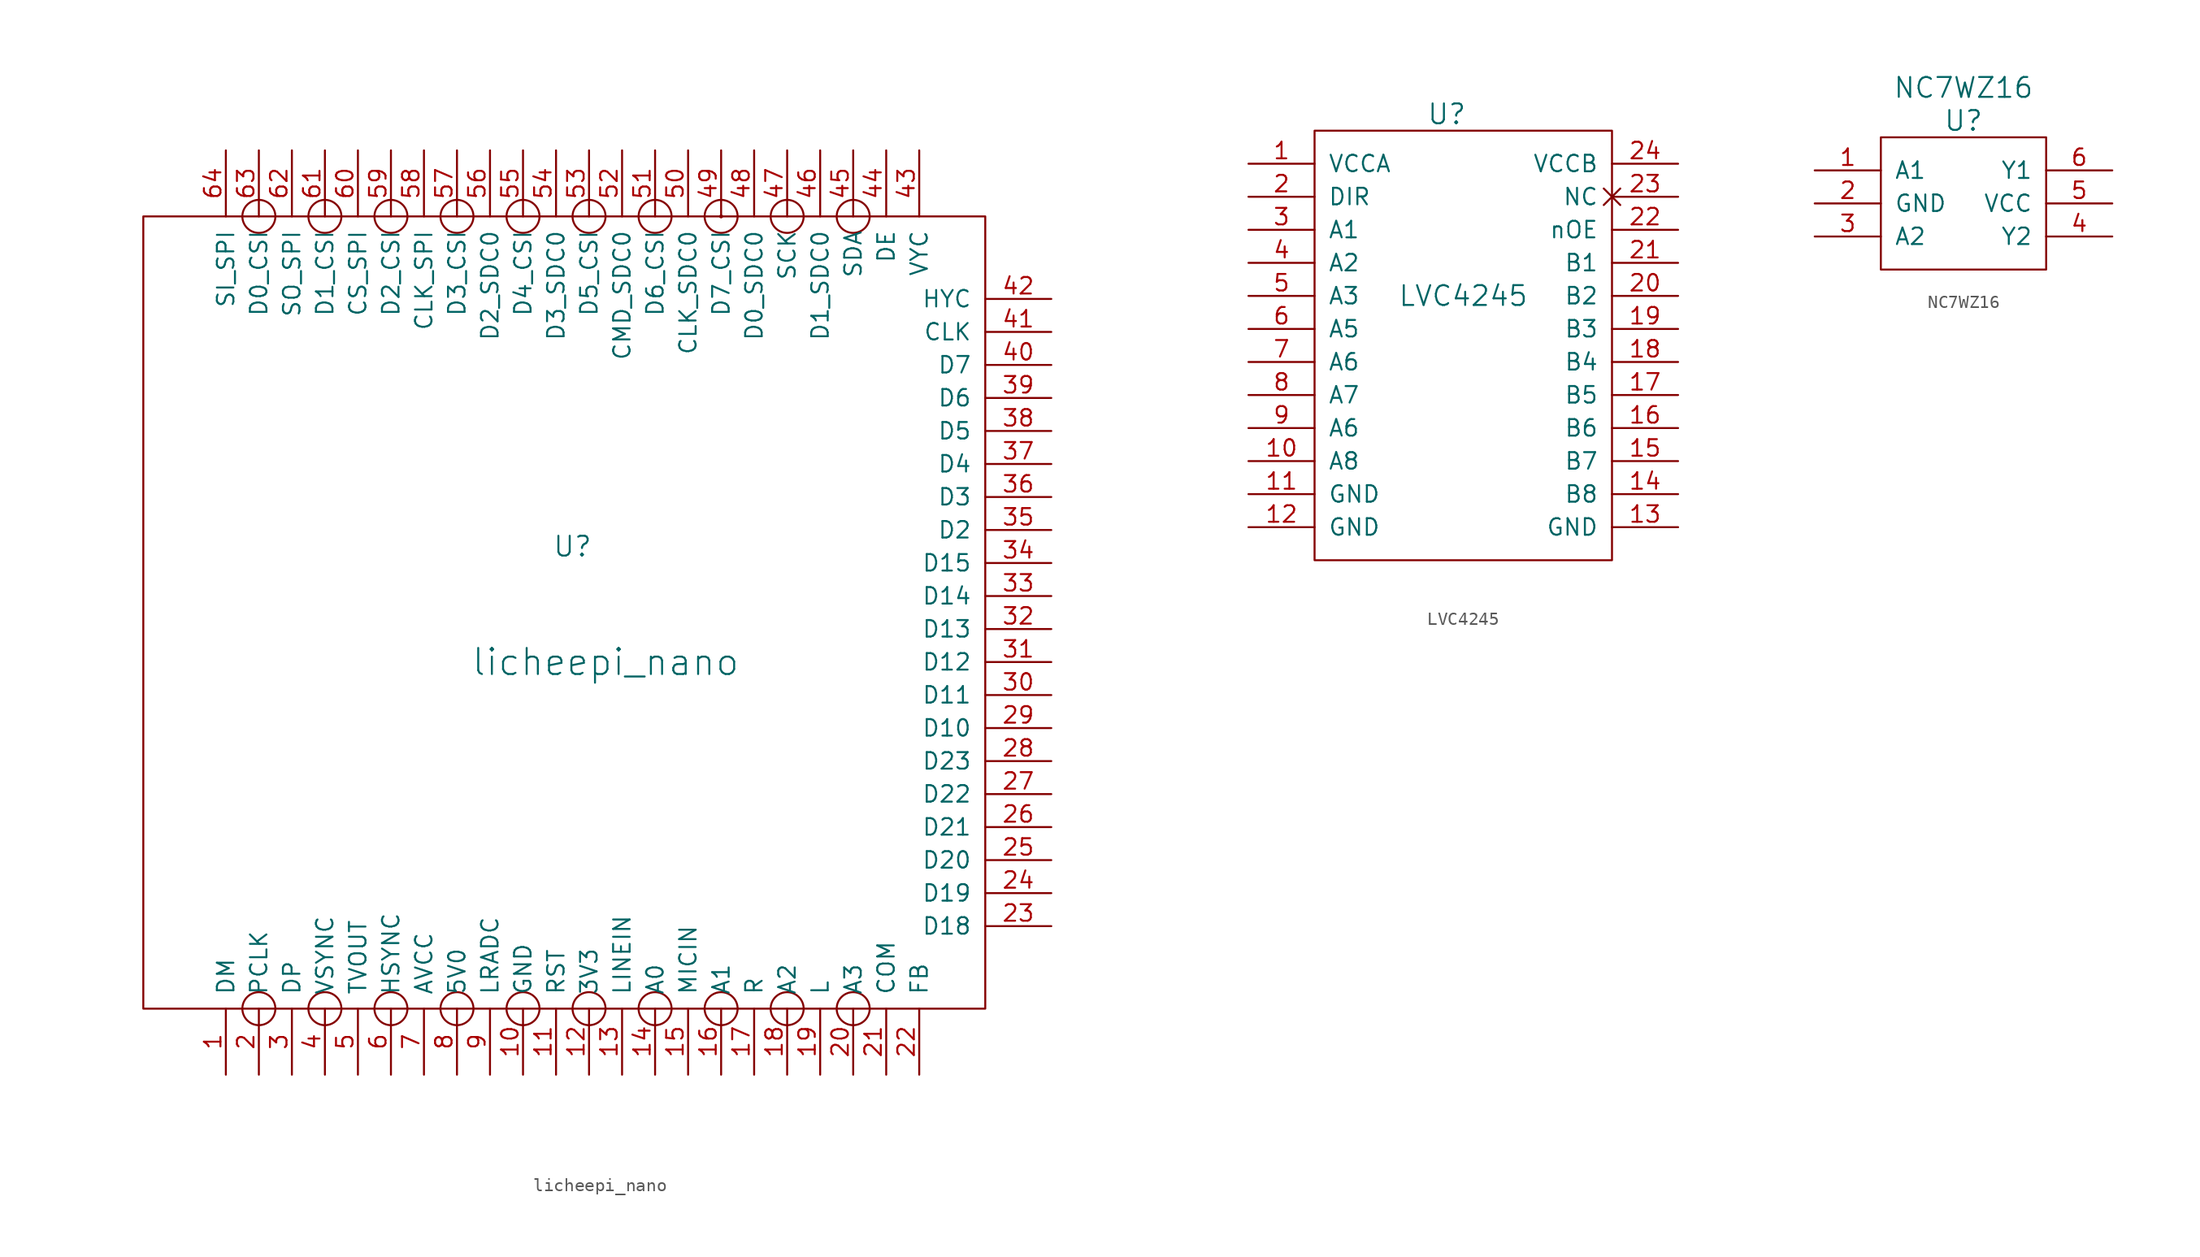
<source format=kicad_sym>
(kicad_symbol_lib
  (version 20211014)
  (generator kicad_symbol_editor)
  (symbol "licheepi_nano"
    (pin_names
      (offset 1.016))
    (property "Reference" "U"
      (at 0 6.35 0)
      (effects (font (size 1.524 1.524))))
    (property "Value" "licheepi_nano"
      (at 2.54 -2.54 0)
      (effects (font (size 2.007 2.007))))
    (symbol "licheepi_nano_0_1"
      (rectangle (start -33.02 31.75) (end 31.75 -29.21) (stroke (width 0) (type default) (color 0 0 0 0)) (fill (type none)))
      (circle (center -24.13 -29.21) (radius 1.27) (stroke (width 0) (type default) (color 0 0 0 0)) (fill (type none)))
      (circle (center -24.13 31.75) (radius 1.27) (stroke (width 0) (type default) (color 0 0 0 0)) (fill (type none)))
      (circle (center -19.05 -29.21) (radius 1.27) (stroke (width 0) (type default) (color 0 0 0 0)) (fill (type none)))
      (circle (center -19.05 31.75) (radius 1.27) (stroke (width 0) (type default) (color 0 0 0 0)) (fill (type none)))
      (circle (center -13.97 -29.21) (radius 1.27) (stroke (width 0) (type default) (color 0 0 0 0)) (fill (type none)))
      (circle (center -13.97 31.75) (radius 1.27) (stroke (width 0) (type default) (color 0 0 0 0)) (fill (type none)))
      (circle (center -8.89 -29.21) (radius 1.27) (stroke (width 0) (type default) (color 0 0 0 0)) (fill (type none)))
      (circle (center -8.89 31.75) (radius 1.27) (stroke (width 0) (type default) (color 0 0 0 0)) (fill (type none)))
      (circle (center -3.81 -29.21) (radius 1.27) (stroke (width 0) (type default) (color 0 0 0 0)) (fill (type none)))
      (circle (center -3.81 31.75) (radius 1.27) (stroke (width 0) (type default) (color 0 0 0 0)) (fill (type none)))
      (circle (center 1.27 -29.21) (radius 1.27) (stroke (width 0) (type default) (color 0 0 0 0)) (fill (type none)))
      (circle (center 1.27 31.75) (radius 1.27) (stroke (width 0) (type default) (color 0 0 0 0)) (fill (type none)))
      (circle (center 6.35 -29.21) (radius 1.27) (stroke (width 0) (type default) (color 0 0 0 0)) (fill (type none)))
      (circle (center 6.35 31.75) (radius 1.27) (stroke (width 0) (type default) (color 0 0 0 0)) (fill (type none)))
      (circle (center 11.43 -29.21) (radius 1.27) (stroke (width 0) (type default) (color 0 0 0 0)) (fill (type none)))
      (circle (center 11.43 31.75) (radius 0.0001) (stroke (width 0) (type default) (color 0 0 0 0)) (fill (type none)))
      (circle (center 11.43 31.75) (radius 1.27) (stroke (width 0) (type default) (color 0 0 0 0)) (fill (type none)))
      (circle (center 16.51 -29.21) (radius 1.27) (stroke (width 0) (type default) (color 0 0 0 0)) (fill (type none)))
      (circle (center 16.51 31.75) (radius 1.27) (stroke (width 0) (type default) (color 0 0 0 0)) (fill (type none)))
      (circle (center 21.59 -29.21) (radius 1.27) (stroke (width 0) (type default) (color 0 0 0 0)) (fill (type none)))
      (circle (center 21.59 31.75) (radius 1.27) (stroke (width 0) (type default) (color 0 0 0 0)) (fill (type none))))
    (symbol "licheepi_nano_1_1"
      (pin input line (at -26.67 -34.29 90) (length 5.08) (name "DM" (effects (font (size 1.27 1.27)))) (number "1" (effects (font (size 1.27 1.27)))))
      (pin input line (at -3.81 -34.29 90) (length 5.08) (name "GND" (effects (font (size 1.27 1.27)))) (number "10" (effects (font (size 1.27 1.27)))))
      (pin input line (at -1.27 -34.29 90) (length 5.08) (name "RST" (effects (font (size 1.27 1.27)))) (number "11" (effects (font (size 1.27 1.27)))))
      (pin input line (at 1.27 -34.29 90) (length 5.08) (name "3V3" (effects (font (size 1.27 1.27)))) (number "12" (effects (font (size 1.27 1.27)))))
      (pin input line (at 3.81 -34.29 90) (length 5.08) (name "LINEIN" (effects (font (size 1.27 1.27)))) (number "13" (effects (font (size 1.27 1.27)))))
      (pin input line (at 6.35 -34.29 90) (length 5.08) (name "A0" (effects (font (size 1.27 1.27)))) (number "14" (effects (font (size 1.27 1.27)))))
      (pin input line (at 8.89 -34.29 90) (length 5.08) (name "MICIN" (effects (font (size 1.27 1.27)))) (number "15" (effects (font (size 1.27 1.27)))))
      (pin input line (at 11.43 -34.29 90) (length 5.08) (name "A1" (effects (font (size 1.27 1.27)))) (number "16" (effects (font (size 1.27 1.27)))))
      (pin input line (at 13.97 -34.29 90) (length 5.08) (name "R" (effects (font (size 1.27 1.27)))) (number "17" (effects (font (size 1.27 1.27)))))
      (pin input line (at 16.51 -34.29 90) (length 5.08) (name "A2" (effects (font (size 1.27 1.27)))) (number "18" (effects (font (size 1.27 1.27)))))
      (pin input line (at 19.05 -34.29 90) (length 5.08) (name "L" (effects (font (size 1.27 1.27)))) (number "19" (effects (font (size 1.27 1.27)))))
      (pin input line (at -24.13 -34.29 90) (length 5.08) (name "PCLK" (effects (font (size 1.27 1.27)))) (number "2" (effects (font (size 1.27 1.27)))))
      (pin input line (at 21.59 -34.29 90) (length 5.08) (name "A3" (effects (font (size 1.27 1.27)))) (number "20" (effects (font (size 1.27 1.27)))))
      (pin input line (at 24.13 -34.29 90) (length 5.08) (name "COM" (effects (font (size 1.27 1.27)))) (number "21" (effects (font (size 1.27 1.27)))))
      (pin input line (at 26.67 -34.29 90) (length 5.08) (name "FB" (effects (font (size 1.27 1.27)))) (number "22" (effects (font (size 1.27 1.27)))))
      (pin unspecified line (at 36.83 -22.86 180) (length 5.08) (name "D18" (effects (font (size 1.27 1.27)))) (number "23" (effects (font (size 1.27 1.27)))))
      (pin unspecified line (at 36.83 -20.32 180) (length 5.08) (name "D19" (effects (font (size 1.27 1.27)))) (number "24" (effects (font (size 1.27 1.27)))))
      (pin unspecified line (at 36.83 -17.78 180) (length 5.08) (name "D20" (effects (font (size 1.27 1.27)))) (number "25" (effects (font (size 1.27 1.27)))))
      (pin unspecified line (at 36.83 -15.24 180) (length 5.08) (name "D21" (effects (font (size 1.27 1.27)))) (number "26" (effects (font (size 1.27 1.27)))))
      (pin unspecified line (at 36.83 -12.7 180) (length 5.08) (name "D22" (effects (font (size 1.27 1.27)))) (number "27" (effects (font (size 1.27 1.27)))))
      (pin unspecified line (at 36.83 -10.16 180) (length 5.08) (name "D23" (effects (font (size 1.27 1.27)))) (number "28" (effects (font (size 1.27 1.27)))))
      (pin unspecified line (at 36.83 -7.62 180) (length 5.08) (name "D10" (effects (font (size 1.27 1.27)))) (number "29" (effects (font (size 1.27 1.27)))))
      (pin input line (at -21.59 -34.29 90) (length 5.08) (name "DP" (effects (font (size 1.27 1.27)))) (number "3" (effects (font (size 1.27 1.27)))))
      (pin unspecified line (at 36.83 -5.08 180) (length 5.08) (name "D11" (effects (font (size 1.27 1.27)))) (number "30" (effects (font (size 1.27 1.27)))))
      (pin unspecified line (at 36.83 -2.54 180) (length 5.08) (name "D12" (effects (font (size 1.27 1.27)))) (number "31" (effects (font (size 1.27 1.27)))))
      (pin unspecified line (at 36.83 0 180) (length 5.08) (name "D13" (effects (font (size 1.27 1.27)))) (number "32" (effects (font (size 1.27 1.27)))))
      (pin unspecified line (at 36.83 2.54 180) (length 5.08) (name "D14" (effects (font (size 1.27 1.27)))) (number "33" (effects (font (size 1.27 1.27)))))
      (pin unspecified line (at 36.83 5.08 180) (length 5.08) (name "D15" (effects (font (size 1.27 1.27)))) (number "34" (effects (font (size 1.27 1.27)))))
      (pin unspecified line (at 36.83 7.62 180) (length 5.08) (name "D2" (effects (font (size 1.27 1.27)))) (number "35" (effects (font (size 1.27 1.27)))))
      (pin unspecified line (at 36.83 10.16 180) (length 5.08) (name "D3" (effects (font (size 1.27 1.27)))) (number "36" (effects (font (size 1.27 1.27)))))
      (pin unspecified line (at 36.83 12.7 180) (length 5.08) (name "D4" (effects (font (size 1.27 1.27)))) (number "37" (effects (font (size 1.27 1.27)))))
      (pin unspecified line (at 36.83 15.24 180) (length 5.08) (name "D5" (effects (font (size 1.27 1.27)))) (number "38" (effects (font (size 1.27 1.27)))))
      (pin unspecified line (at 36.83 17.78 180) (length 5.08) (name "D6" (effects (font (size 1.27 1.27)))) (number "39" (effects (font (size 1.27 1.27)))))
      (pin input line (at -19.05 -34.29 90) (length 5.08) (name "VSYNC" (effects (font (size 1.27 1.27)))) (number "4" (effects (font (size 1.27 1.27)))))
      (pin unspecified line (at 36.83 20.32 180) (length 5.08) (name "D7" (effects (font (size 1.27 1.27)))) (number "40" (effects (font (size 1.27 1.27)))))
      (pin unspecified line (at 36.83 22.86 180) (length 5.08) (name "CLK" (effects (font (size 1.27 1.27)))) (number "41" (effects (font (size 1.27 1.27)))))
      (pin unspecified line (at 36.83 25.4 180) (length 5.08) (name "HYC" (effects (font (size 1.27 1.27)))) (number "42" (effects (font (size 1.27 1.27)))))
      (pin unspecified line (at 26.67 36.83 270) (length 5.08) (name "VYC" (effects (font (size 1.27 1.27)))) (number "43" (effects (font (size 1.27 1.27)))))
      (pin unspecified line (at 24.13 36.83 270) (length 5.08) (name "DE" (effects (font (size 1.27 1.27)))) (number "44" (effects (font (size 1.27 1.27)))))
      (pin unspecified line (at 21.59 36.83 270) (length 5.08) (name "SDA" (effects (font (size 1.27 1.27)))) (number "45" (effects (font (size 1.27 1.27)))))
      (pin unspecified line (at 19.05 36.83 270) (length 5.08) (name "D1_SDC0" (effects (font (size 1.27 1.27)))) (number "46" (effects (font (size 1.27 1.27)))))
      (pin unspecified line (at 16.51 36.83 270) (length 5.08) (name "SCK" (effects (font (size 1.27 1.27)))) (number "47" (effects (font (size 1.27 1.27)))))
      (pin unspecified line (at 13.97 36.83 270) (length 5.08) (name "D0_SDC0" (effects (font (size 1.27 1.27)))) (number "48" (effects (font (size 1.27 1.27)))))
      (pin unspecified line (at 11.43 36.83 270) (length 5.08) (name "D7_CSI" (effects (font (size 1.27 1.27)))) (number "49" (effects (font (size 1.27 1.27)))))
      (pin input line (at -16.51 -34.29 90) (length 5.08) (name "TVOUT" (effects (font (size 1.27 1.27)))) (number "5" (effects (font (size 1.27 1.27)))))
      (pin unspecified line (at 8.89 36.83 270) (length 5.08) (name "CLK_SDC0" (effects (font (size 1.27 1.27)))) (number "50" (effects (font (size 1.27 1.27)))))
      (pin unspecified line (at 6.35 36.83 270) (length 5.08) (name "D6_CSI" (effects (font (size 1.27 1.27)))) (number "51" (effects (font (size 1.27 1.27)))))
      (pin unspecified line (at 3.81 36.83 270) (length 5.08) (name "CMD_SDC0" (effects (font (size 1.27 1.27)))) (number "52" (effects (font (size 1.27 1.27)))))
      (pin unspecified line (at 1.27 36.83 270) (length 5.08) (name "D5_CSI" (effects (font (size 1.27 1.27)))) (number "53" (effects (font (size 1.27 1.27)))))
      (pin unspecified line (at -1.27 36.83 270) (length 5.08) (name "D3_SDC0" (effects (font (size 1.27 1.27)))) (number "54" (effects (font (size 1.27 1.27)))))
      (pin unspecified line (at -3.81 36.83 270) (length 5.08) (name "D4_CSI" (effects (font (size 1.27 1.27)))) (number "55" (effects (font (size 1.27 1.27)))))
      (pin unspecified line (at -6.35 36.83 270) (length 5.08) (name "D2_SDC0" (effects (font (size 1.27 1.27)))) (number "56" (effects (font (size 1.27 1.27)))))
      (pin unspecified line (at -8.89 36.83 270) (length 5.08) (name "D3_CSI" (effects (font (size 1.27 1.27)))) (number "57" (effects (font (size 1.27 1.27)))))
      (pin unspecified line (at -11.43 36.83 270) (length 5.08) (name "CLK_SPI" (effects (font (size 1.27 1.27)))) (number "58" (effects (font (size 1.27 1.27)))))
      (pin unspecified line (at -13.97 36.83 270) (length 5.08) (name "D2_CSI" (effects (font (size 1.27 1.27)))) (number "59" (effects (font (size 1.27 1.27)))))
      (pin input line (at -13.97 -34.29 90) (length 5.08) (name "HSYNC" (effects (font (size 1.27 1.27)))) (number "6" (effects (font (size 1.27 1.27)))))
      (pin unspecified line (at -16.51 36.83 270) (length 5.08) (name "CS_SPI" (effects (font (size 1.27 1.27)))) (number "60" (effects (font (size 1.27 1.27)))))
      (pin unspecified line (at -19.05 36.83 270) (length 5.08) (name "D1_CSI" (effects (font (size 1.27 1.27)))) (number "61" (effects (font (size 1.27 1.27)))))
      (pin unspecified line (at -21.59 36.83 270) (length 5.08) (name "SO_SPI" (effects (font (size 1.27 1.27)))) (number "62" (effects (font (size 1.27 1.27)))))
      (pin unspecified line (at -24.13 36.83 270) (length 5.08) (name "D0_CSI" (effects (font (size 1.27 1.27)))) (number "63" (effects (font (size 1.27 1.27)))))
      (pin unspecified line (at -26.67 36.83 270) (length 5.08) (name "SI_SPI" (effects (font (size 1.27 1.27)))) (number "64" (effects (font (size 1.27 1.27)))))
      (pin input line (at -11.43 -34.29 90) (length 5.08) (name "AVCC" (effects (font (size 1.27 1.27)))) (number "7" (effects (font (size 1.27 1.27)))))
      (pin input line (at -8.89 -34.29 90) (length 5.08) (name "5V0" (effects (font (size 1.27 1.27)))) (number "8" (effects (font (size 1.27 1.27)))))
      (pin input line (at -6.35 -34.29 90) (length 5.08) (name "LRADC" (effects (font (size 1.27 1.27)))) (number "9" (effects (font (size 1.27 1.27)))))))
  (symbol "LVC4245"
    (pin_names
      (offset 1.016))
    (property "Reference" "U"
      (at -1.27 17.78 0)
      (effects (font (size 1.524 1.524))))
    (property "Value" "LVC4245"
      (at 0 3.81 0)
      (effects (font (size 1.524 1.524))))
    (symbol "LVC4245_0_1"
      (rectangle (start 11.43 16.51) (end -11.43 -16.51) (stroke (width 0) (type default) (color 0 0 0 0)) (fill (type none))))
    (symbol "LVC4245_1_1"
      (pin power_in line (at -16.51 13.97 0) (length 5.08) (name "VCCA" (effects (font (size 1.27 1.27)))) (number "1" (effects (font (size 1.27 1.27)))))
      (pin bidirectional line (at -16.51 -8.89 0) (length 5.08) (name "A8" (effects (font (size 1.27 1.27)))) (number "10" (effects (font (size 1.27 1.27)))))
      (pin input line (at -16.51 -11.43 0) (length 5.08) (name "GND" (effects (font (size 1.27 1.27)))) (number "11" (effects (font (size 1.27 1.27)))))
      (pin input line (at -16.51 -13.97 0) (length 5.08) (name "GND" (effects (font (size 1.27 1.27)))) (number "12" (effects (font (size 1.27 1.27)))))
      (pin input line (at 16.51 -13.97 180) (length 5.08) (name "GND" (effects (font (size 1.27 1.27)))) (number "13" (effects (font (size 1.27 1.27)))))
      (pin bidirectional line (at 16.51 -11.43 180) (length 5.08) (name "B8" (effects (font (size 1.27 1.27)))) (number "14" (effects (font (size 1.27 1.27)))))
      (pin bidirectional line (at 16.51 -8.89 180) (length 5.08) (name "B7" (effects (font (size 1.27 1.27)))) (number "15" (effects (font (size 1.27 1.27)))))
      (pin bidirectional line (at 16.51 -6.35 180) (length 5.08) (name "B6" (effects (font (size 1.27 1.27)))) (number "16" (effects (font (size 1.27 1.27)))))
      (pin bidirectional line (at 16.51 -3.81 180) (length 5.08) (name "B5" (effects (font (size 1.27 1.27)))) (number "17" (effects (font (size 1.27 1.27)))))
      (pin bidirectional line (at 16.51 -1.27 180) (length 5.08) (name "B4" (effects (font (size 1.27 1.27)))) (number "18" (effects (font (size 1.27 1.27)))))
      (pin bidirectional line (at 16.51 1.27 180) (length 5.08) (name "B3" (effects (font (size 1.27 1.27)))) (number "19" (effects (font (size 1.27 1.27)))))
      (pin input line (at -16.51 11.43 0) (length 5.08) (name "DIR" (effects (font (size 1.27 1.27)))) (number "2" (effects (font (size 1.27 1.27)))))
      (pin bidirectional line (at 16.51 3.81 180) (length 5.08) (name "B2" (effects (font (size 1.27 1.27)))) (number "20" (effects (font (size 1.27 1.27)))))
      (pin bidirectional line (at 16.51 6.35 180) (length 5.08) (name "B1" (effects (font (size 1.27 1.27)))) (number "21" (effects (font (size 1.27 1.27)))))
      (pin input line (at 16.51 8.89 180) (length 5.08) (name "nOE" (effects (font (size 1.27 1.27)))) (number "22" (effects (font (size 1.27 1.27)))))
      (pin bidirectional non_logic (at 16.51 11.43 180) (length 5.08) (name "NC" (effects (font (size 1.27 1.27)))) (number "23" (effects (font (size 1.27 1.27)))))
      (pin power_in line (at 16.51 13.97 180) (length 5.08) (name "VCCB" (effects (font (size 1.27 1.27)))) (number "24" (effects (font (size 1.27 1.27)))))
      (pin bidirectional line (at -16.51 8.89 0) (length 5.08) (name "A1" (effects (font (size 1.27 1.27)))) (number "3" (effects (font (size 1.27 1.27)))))
      (pin bidirectional line (at -16.51 6.35 0) (length 5.08) (name "A2" (effects (font (size 1.27 1.27)))) (number "4" (effects (font (size 1.27 1.27)))))
      (pin bidirectional line (at -16.51 3.81 0) (length 5.08) (name "A3" (effects (font (size 1.27 1.27)))) (number "5" (effects (font (size 1.27 1.27)))))
      (pin bidirectional line (at -16.51 1.27 0) (length 5.08) (name "A5" (effects (font (size 1.27 1.27)))) (number "6" (effects (font (size 1.27 1.27)))))
      (pin bidirectional line (at -16.51 -1.27 0) (length 5.08) (name "A6" (effects (font (size 1.27 1.27)))) (number "7" (effects (font (size 1.27 1.27)))))
      (pin bidirectional line (at -16.51 -3.81 0) (length 5.08) (name "A7" (effects (font (size 1.27 1.27)))) (number "8" (effects (font (size 1.27 1.27)))))
      (pin bidirectional line (at -16.51 -6.35 0) (length 5.08) (name "A6" (effects (font (size 1.27 1.27)))) (number "9" (effects (font (size 1.27 1.27)))))))
  (symbol "NC7WZ16"
    (pin_names
      (offset 1.016))
    (property "Reference" "U"
      (at 0 6.35 0)
      (effects (font (size 1.524 1.524))))
    (property "Value" "NC7WZ16"
      (at 0 8.89 0)
      (effects (font (size 1.524 1.524))))
    (symbol "NC7WZ16_0_1"
      (rectangle (start -6.35 5.08) (end 6.35 -5.08) (stroke (width 0) (type default) (color 0 0 0 0)) (fill (type none))))
    (symbol "NC7WZ16_1_1"
      (pin input line (at -11.43 2.54 0) (length 5.08) (name "A1" (effects (font (size 1.27 1.27)))) (number "1" (effects (font (size 1.27 1.27)))))
      (pin input line (at -11.43 0 0) (length 5.08) (name "GND" (effects (font (size 1.27 1.27)))) (number "2" (effects (font (size 1.27 1.27)))))
      (pin input line (at -11.43 -2.54 0) (length 5.08) (name "A2" (effects (font (size 1.27 1.27)))) (number "3" (effects (font (size 1.27 1.27)))))
      (pin input line (at 11.43 -2.54 180) (length 5.08) (name "Y2" (effects (font (size 1.27 1.27)))) (number "4" (effects (font (size 1.27 1.27)))))
      (pin input line (at 11.43 0 180) (length 5.08) (name "VCC" (effects (font (size 1.27 1.27)))) (number "5" (effects (font (size 1.27 1.27)))))
      (pin input line (at 11.43 2.54 180) (length 5.08) (name "Y1" (effects (font (size 1.27 1.27)))) (number "6" (effects (font (size 1.27 1.27))))))))
</source>
